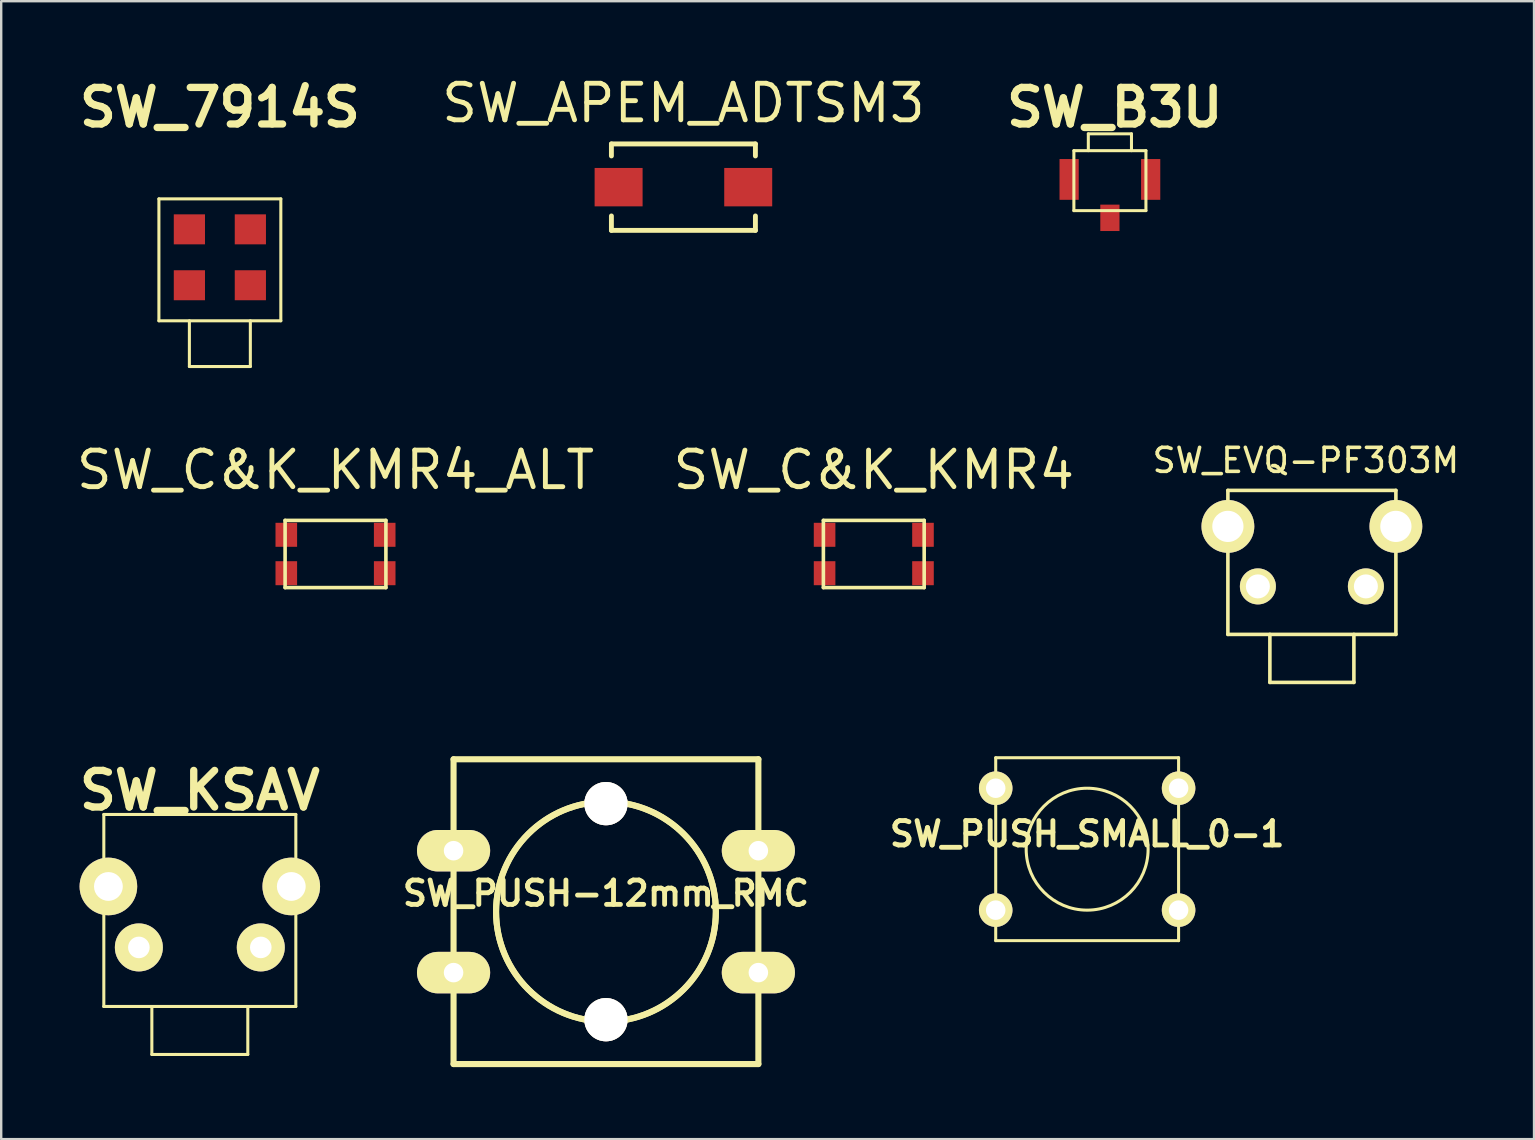
<source format=kicad_pcb>
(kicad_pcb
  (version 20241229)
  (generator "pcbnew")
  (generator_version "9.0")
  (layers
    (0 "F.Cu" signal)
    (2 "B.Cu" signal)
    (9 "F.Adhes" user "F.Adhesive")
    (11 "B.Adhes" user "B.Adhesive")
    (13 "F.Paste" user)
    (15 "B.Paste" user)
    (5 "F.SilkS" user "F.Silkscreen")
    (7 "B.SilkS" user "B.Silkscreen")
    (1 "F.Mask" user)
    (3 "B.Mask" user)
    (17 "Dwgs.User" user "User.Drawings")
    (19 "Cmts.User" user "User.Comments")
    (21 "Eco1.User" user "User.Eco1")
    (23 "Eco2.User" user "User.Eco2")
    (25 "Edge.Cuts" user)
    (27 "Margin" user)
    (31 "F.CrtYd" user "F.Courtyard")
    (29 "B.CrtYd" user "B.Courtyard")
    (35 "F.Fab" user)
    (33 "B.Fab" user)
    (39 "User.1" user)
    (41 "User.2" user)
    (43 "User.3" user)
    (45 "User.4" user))
  (footprint "SW_EVQ-PF303M"
    (layer "F.Cu")
    (at 51.611 21.383)
    (property "Reference" "SW_EVQ-PF303M" (at -0.25 -5.25 0) (layer "F.SilkS") (effects (font (size 1 1) (thickness 0.15))))
    (attr through_hole)
    (fp_line (start -3.5 -4) (end 3.5 -4) (stroke (width 0.15) (type solid)) (layer "F.SilkS"))
    (fp_line (start -3.5 2) (end -3.5 -4) (stroke (width 0.15) (type solid)) (layer "F.SilkS"))
    (fp_line (start -1.75 2) (end -1.75 4) (stroke (width 0.15) (type solid)) (layer "F.SilkS"))
    (fp_line (start -1.75 4) (end 1.75 4) (stroke (width 0.15) (type solid)) (layer "F.SilkS"))
    (fp_line (start 1.75 4) (end 1.75 2) (stroke (width 0.15) (type solid)) (layer "F.SilkS"))
    (fp_line (start 3.5 -4) (end 3.5 2) (stroke (width 0.15) (type solid)) (layer "F.SilkS"))
    (fp_line (start 3.5 2) (end -3.5 2) (stroke (width 0.15) (type solid)) (layer "F.SilkS"))
    (pad "" thru_hole circle (at -3.5 -2.5) (size 2.2 2.2) (drill 1.3) (layers "*.Cu" "*.Mask" "F.SilkS"))
    (pad "" thru_hole circle (at 3.5 -2.5) (size 2.2 2.2) (drill 1.3) (layers "*.Cu" "*.Mask" "F.SilkS"))
    (pad "1" thru_hole circle (at -2.25 0) (size 1.5 1.5) (drill 1) (layers "*.Cu" "*.Mask" "F.SilkS"))
    (pad "2" thru_hole circle (at 2.25 0) (size 1.5 1.5) (drill 1) (layers "*.Cu" "*.Mask" "F.SilkS")))
  (footprint "SW_C&K_KMR4"
    (layer "F.Cu")
    (at 33.357 20.033)
    (property "Reference" "SW_C&K_KMR4" (at 0 -3.5 0) (layer "F.SilkS") (effects (font (size 1.524 1.524) (thickness 0.203))))
    (attr through_hole)
    (fp_line (start -2.1 -1.4) (end -2.1 1.4) (stroke (width 0.15) (type solid)) (layer "F.SilkS"))
    (fp_line (start -2.1 -1.4) (end 2.1 -1.4) (stroke (width 0.15) (type solid)) (layer "F.SilkS"))
    (fp_line (start -2.1 1.4) (end 2.1 1.4) (stroke (width 0.15) (type solid)) (layer "F.SilkS"))
    (fp_line (start 2.1 1.4) (end 2.1 -1.4) (stroke (width 0.15) (type solid)) (layer "F.SilkS"))
    (pad "1" smd rect (at -2.05 -0.8) (size 0.9 1) (layers "F.Cu" "F.Mask" "F.Paste"))
    (pad "1" smd rect (at 2.05 -0.8) (size 0.9 1) (layers "F.Cu" "F.Mask" "F.Paste"))
    (pad "2" smd rect (at -2.05 0.8) (size 0.9 1) (layers "F.Cu" "F.Mask" "F.Paste"))
    (pad "2" smd rect (at 2.05 0.8) (size 0.9 1) (layers "F.Cu" "F.Mask" "F.Paste")))
  (footprint "SW_PUSH-12mm_RMC"
    (layer "F.Cu")
    (at 22.198 34.935)
    (property "Reference" "SW_PUSH-12mm_RMC" (at 0 -0.762 0) (layer "F.SilkS") (effects (font (size 1.016 1.016) (thickness 0.203))))
    (attr through_hole)
    (fp_line (start -6.35 -6.35) (end 6.35 -6.35) (stroke (width 0.254) (type solid)) (layer "F.SilkS"))
    (fp_line (start -6.35 6.35) (end -6.35 -6.35) (stroke (width 0.254) (type solid)) (layer "F.SilkS"))
    (fp_line (start 6.35 -6.35) (end 6.35 6.35) (stroke (width 0.254) (type solid)) (layer "F.SilkS"))
    (fp_line (start 6.35 6.35) (end -6.35 6.35) (stroke (width 0.254) (type solid)) (layer "F.SilkS"))
    (fp_circle (center 0 0) (end 3.81 2.54) (stroke (width 0.254) (type solid)) (fill no) (layer "F.SilkS"))
    (fp_circle (center 0 0) (end 3.81 2.54) (stroke (width 0.254) (type solid)) (fill no) (layer "F.SilkS"))
    (pad "" thru_hole circle (at 0 -4.501) (size 1.801 1.801) (drill 1.801) (layers "*.Cu" "*.Mask" "F.SilkS"))
    (pad "" thru_hole circle (at 0 4.501) (size 1.801 1.801) (drill 1.801) (layers "*.Cu" "*.Mask" "F.SilkS"))
    (pad "1" thru_hole oval (at -6.35 -2.54) (size 3.048 1.727) (drill 0.813) (layers "*.Cu" "*.Mask" "F.SilkS"))
    (pad "1" thru_hole oval (at 6.35 -2.54) (size 3.048 1.727) (drill 0.813) (layers "*.Cu" "*.Mask" "F.SilkS"))
    (pad "2" thru_hole oval (at -6.35 2.54) (size 3.048 1.727) (drill 0.813) (layers "*.Cu" "*.Mask" "F.SilkS"))
    (pad "2" thru_hole oval (at 6.35 2.54) (size 3.048 1.727) (drill 0.813) (layers "*.Cu" "*.Mask" "F.SilkS")))
  (footprint "SW_KSAV"
    (layer "F.Cu")
    (at 5.276 33.885)
    (property "Reference" "SW_KSAV" (at 0 -4 0) (layer "F.SilkS") (effects (font (size 1.524 1.524) (thickness 0.305))))
    (attr through_hole)
    (fp_line (start -4 -3) (end 4 -3) (stroke (width 0.127) (type solid)) (layer "F.SilkS"))
    (fp_line (start -4 5.001) (end -4 -3) (stroke (width 0.127) (type solid)) (layer "F.SilkS"))
    (fp_line (start -1.999 5.001) (end -1.999 7) (stroke (width 0.127) (type solid)) (layer "F.SilkS"))
    (fp_line (start -1.999 7) (end -1.001 7) (stroke (width 0.127) (type solid)) (layer "F.SilkS"))
    (fp_line (start -1.001 7) (end 1.999 7) (stroke (width 0.127) (type solid)) (layer "F.SilkS"))
    (fp_line (start 1.999 7) (end 1.999 5.001) (stroke (width 0.127) (type solid)) (layer "F.SilkS"))
    (fp_line (start 3.998 5.001) (end -4.003 5.001) (stroke (width 0.127) (type solid)) (layer "F.SilkS"))
    (fp_line (start 4 -3) (end 4 5.001) (stroke (width 0.127) (type solid)) (layer "F.SilkS"))
    (pad "1" thru_hole circle (at -2.54 2.54) (size 1.999 1.999) (drill 0.899) (layers "*.Cu" "*.Mask" "F.SilkS"))
    (pad "2" thru_hole circle (at 2.54 2.54) (size 1.999 1.999) (drill 0.899) (layers "*.Cu" "*.Mask" "F.SilkS"))
    (pad "3" thru_hole circle (at -3.81 0) (size 2.4 2.4) (drill 1.199) (layers "*.Cu" "*.Mask" "F.SilkS"))
    (pad "3" thru_hole circle (at 3.81 0) (size 2.4 2.4) (drill 1.199) (layers "*.Cu" "*.Mask" "F.SilkS")))
  (footprint "SW_B3U"
    (layer "F.Cu")
    (at 43.195 4.426)
    (property "Reference" "SW_B3U" (at 0.201 -3 0) (layer "F.SilkS") (effects (font (size 1.524 1.524) (thickness 0.305))))
    (attr through_hole)
    (fp_line (start -1.501 -1.199) (end -1.501 1.3) (stroke (width 0.127) (type solid)) (layer "F.SilkS"))
    (fp_line (start -1.501 1.3) (end 1.501 1.3) (stroke (width 0.127) (type solid)) (layer "F.SilkS"))
    (fp_line (start -1.499 -1.199) (end 1.501 -1.199) (stroke (width 0.127) (type solid)) (layer "F.SilkS"))
    (fp_line (start -0.899 -1.9) (end -0.899 -1.199) (stroke (width 0.127) (type solid)) (layer "F.SilkS"))
    (fp_line (start 0.899 -1.9) (end -0.899 -1.9) (stroke (width 0.127) (type solid)) (layer "F.SilkS"))
    (fp_line (start 0.899 -1.9) (end 0.899 -1.199) (stroke (width 0.127) (type solid)) (layer "F.SilkS"))
    (fp_line (start 1.501 -1.201) (end 1.501 1.298) (stroke (width 0.127) (type solid)) (layer "F.SilkS"))
    (pad "1" smd rect (at -1.699 0) (size 0.8 1.699) (layers "F.Cu" "F.Mask" "F.Paste"))
    (pad "2" smd rect (at 1.699 0) (size 0.8 1.699) (layers "F.Cu" "F.Mask" "F.Paste"))
    (pad "3" smd rect (at 0 1.6) (size 0.8 1.1) (layers "F.Cu" "F.Mask" "F.Paste")))
  (footprint "SW_7914S"
    (layer "F.Cu")
    (at 6.111 6.506)
    (property "Reference" "SW_7914S" (at 0 -5.08 0) (layer "F.SilkS") (effects (font (size 1.524 1.524) (thickness 0.305))))
    (attr through_hole)
    (fp_line (start -2.54 -1.27) (end -2.54 3.81) (stroke (width 0.127) (type solid)) (layer "F.SilkS"))
    (fp_line (start -2.54 3.81) (end 2.54 3.81) (stroke (width 0.127) (type solid)) (layer "F.SilkS"))
    (fp_line (start -1.27 3.81) (end -1.27 5.715) (stroke (width 0.127) (type solid)) (layer "F.SilkS"))
    (fp_line (start -1.27 5.715) (end 1.27 5.715) (stroke (width 0.127) (type solid)) (layer "F.SilkS"))
    (fp_line (start 1.27 5.715) (end 1.27 3.81) (stroke (width 0.127) (type solid)) (layer "F.SilkS"))
    (fp_line (start 2.54 -1.27) (end -2.54 -1.27) (stroke (width 0.127) (type solid)) (layer "F.SilkS"))
    (fp_line (start 2.54 3.81) (end 2.54 -1.27) (stroke (width 0.127) (type solid)) (layer "F.SilkS"))
    (pad "1" smd rect (at -1.27 0) (size 1.3 1.25) (layers "F.Cu" "F.Mask" "F.Paste"))
    (pad "1" smd rect (at -1.27 2.329) (size 1.3 1.25) (layers "F.Cu" "F.Mask" "F.Paste"))
    (pad "2" smd rect (at 1.27 0) (size 1.3 1.25) (layers "F.Cu" "F.Mask" "F.Paste"))
    (pad "2" smd rect (at 1.27 2.329) (size 1.3 1.25) (layers "F.Cu" "F.Mask" "F.Paste")))
  (footprint "SW_C&K_KMR4_ALT"
    (layer "F.Cu")
    (at 10.929 20.033)
    (property "Reference" "SW_C&K_KMR4_ALT" (at 0 -3.5 0) (layer "F.SilkS") (effects (font (size 1.524 1.524) (thickness 0.203))))
    (attr through_hole)
    (fp_line (start -2.1 -1.4) (end -2.1 1.4) (stroke (width 0.15) (type solid)) (layer "F.SilkS"))
    (fp_line (start -2.1 -1.4) (end 2.1 -1.4) (stroke (width 0.15) (type solid)) (layer "F.SilkS"))
    (fp_line (start -2.1 1.4) (end 2.1 1.4) (stroke (width 0.15) (type solid)) (layer "F.SilkS"))
    (fp_line (start 2.1 1.4) (end 2.1 -1.4) (stroke (width 0.15) (type solid)) (layer "F.SilkS"))
    (pad "1" smd rect (at -2.05 -0.8) (size 0.9 1) (layers "F.Cu" "F.Mask" "F.Paste"))
    (pad "2" smd rect (at -2.05 0.8) (size 0.9 1) (layers "F.Cu" "F.Mask" "F.Paste"))
    (pad "3" smd rect (at 2.05 -0.8) (size 0.9 1) (layers "F.Cu" "F.Mask" "F.Paste"))
    (pad "4" smd rect (at 2.05 0.8) (size 0.9 1) (layers "F.Cu" "F.Mask" "F.Paste")))
  (footprint "SW_PUSH_SMALL_0-1"
    (layer "F.Cu")
    (at 38.437 29.792)
    (property "Reference" "SW_PUSH_SMALL_0-1" (at 3.81 1.905 0) (layer "F.SilkS") (effects (font (size 1.016 1.016) (thickness 0.203))))
    (attr through_hole)
    (fp_line (start 0 -1.27) (end 0 6.35) (stroke (width 0.127) (type solid)) (layer "F.SilkS"))
    (fp_line (start 0 -1.27) (end 7.62 -1.27) (stroke (width 0.127) (type solid)) (layer "F.SilkS"))
    (fp_line (start 7.62 -1.27) (end 7.62 6.35) (stroke (width 0.127) (type solid)) (layer "F.SilkS"))
    (fp_line (start 7.62 6.35) (end 0 6.35) (stroke (width 0.127) (type solid)) (layer "F.SilkS"))
    (fp_circle (center 3.81 2.54) (end 3.81 0) (stroke (width 0.127) (type solid)) (fill no) (layer "F.SilkS"))
    (pad "1" thru_hole circle (at 0 0) (size 1.397 1.397) (drill 0.813) (layers "*.Cu" "*.Mask" "F.SilkS"))
    (pad "1" thru_hole circle (at 7.62 0) (size 1.397 1.397) (drill 0.813) (layers "*.Cu" "*.Mask" "F.SilkS"))
    (pad "2" thru_hole circle (at 0 5.08) (size 1.397 1.397) (drill 0.813) (layers "*.Cu" "*.Mask" "F.SilkS"))
    (pad "2" thru_hole circle (at 7.62 5.08) (size 1.397 1.397) (drill 0.813) (layers "*.Cu" "*.Mask" "F.SilkS")))
  (footprint "SW_APEM_ADTSM3"
    (layer "F.Cu")
    (at 25.425 4.748)
    (property "Reference" "SW_APEM_ADTSM3" (at 0 -3.5 0) (layer "F.SilkS") (effects (font (size 1.524 1.524) (thickness 0.203))))
    (attr through_hole)
    (fp_line (start -3 -1.801) (end -3 -1.3) (stroke (width 0.203) (type solid)) (layer "F.SilkS"))
    (fp_line (start -3 -1.801) (end 3 -1.801) (stroke (width 0.203) (type solid)) (layer "F.SilkS"))
    (fp_line (start -3 1.199) (end -3 1.801) (stroke (width 0.203) (type solid)) (layer "F.SilkS"))
    (fp_line (start -3 1.801) (end 3 1.801) (stroke (width 0.203) (type solid)) (layer "F.SilkS"))
    (fp_line (start 3 -1.801) (end 3 -1.3) (stroke (width 0.203) (type solid)) (layer "F.SilkS"))
    (fp_line (start 3 1.801) (end 3 1.199) (stroke (width 0.203) (type solid)) (layer "F.SilkS"))
    (pad "1" smd rect (at -2.7 0) (size 1.999 1.6) (layers "F.Cu" "F.Mask" "F.Paste"))
    (pad "2" smd rect (at 2.7 0) (size 1.999 1.6) (layers "F.Cu" "F.Mask" "F.Paste")))
  (gr_rect
    (start -3 -3)
    (end 60.867 44.412)
    (stroke (width 0.1) (type default))
    (fill no)
    (layer "Edge.Cuts")))
</source>
